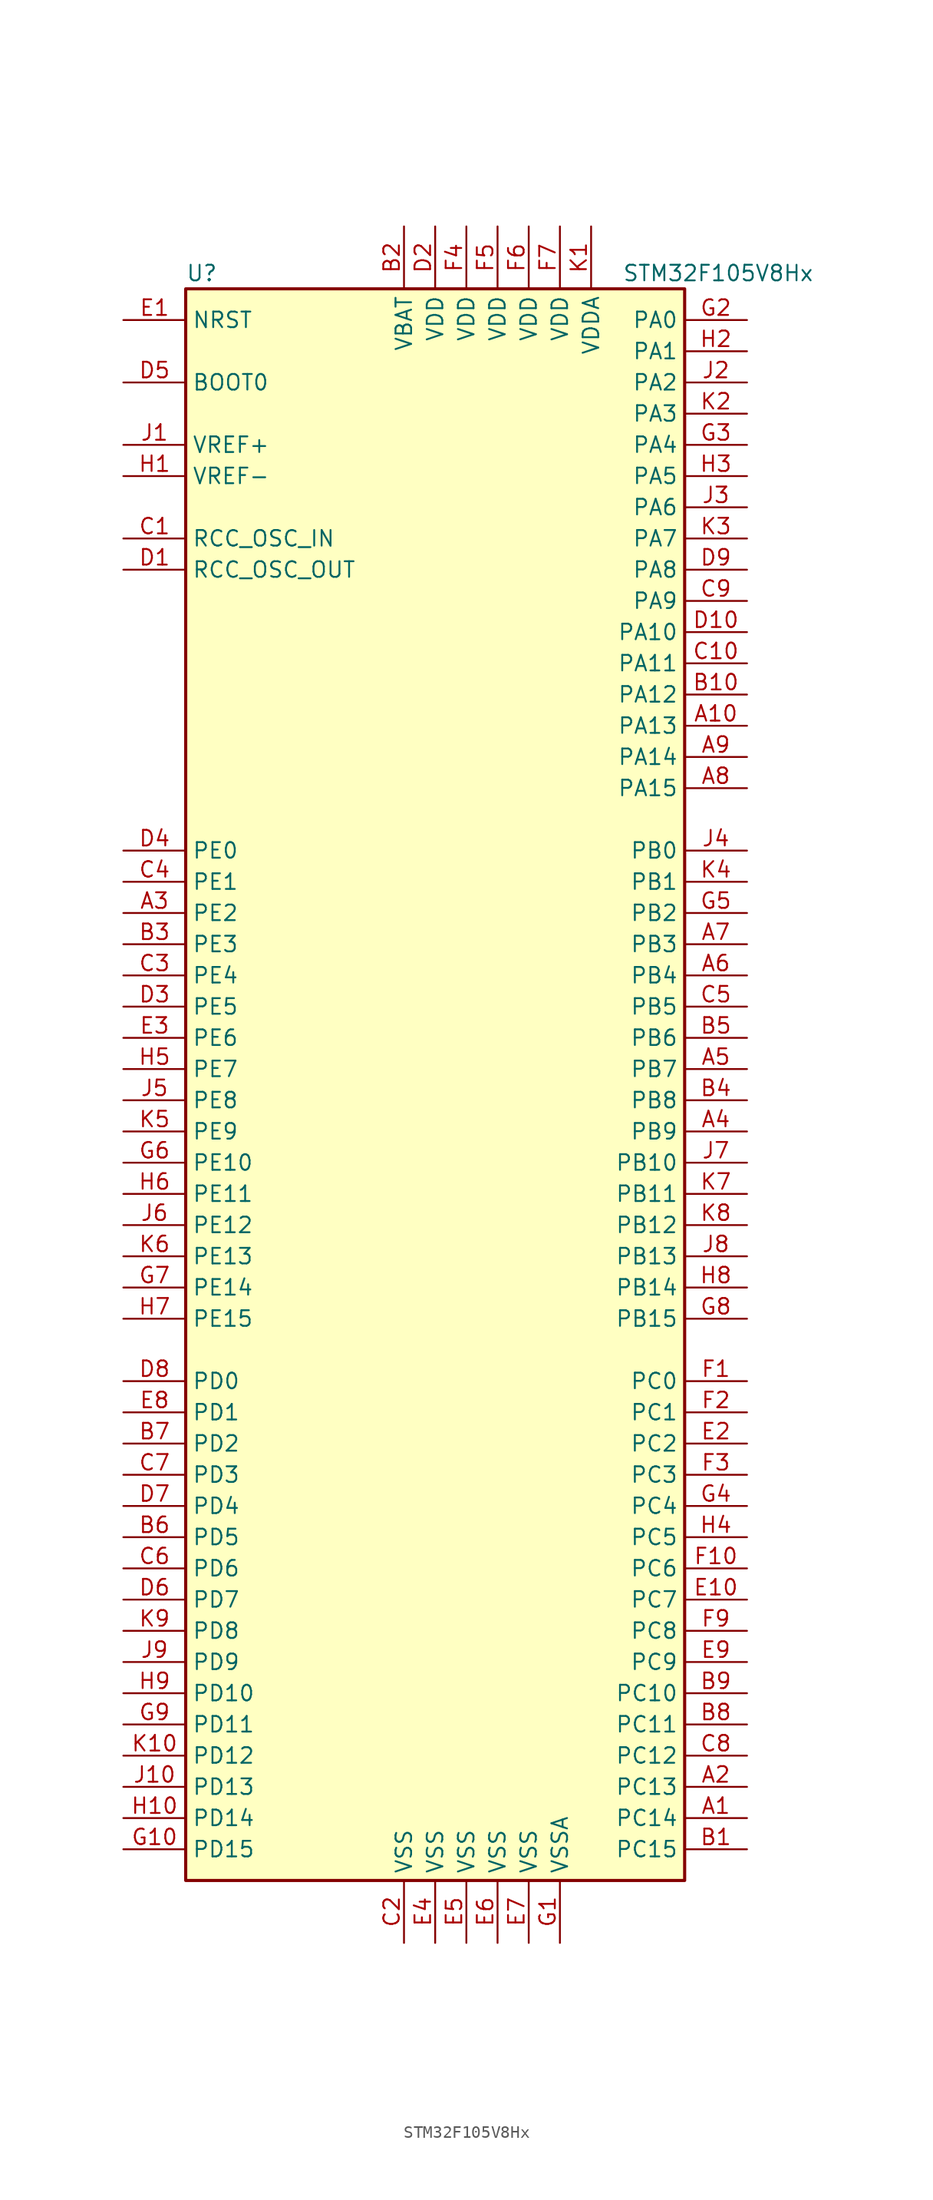
<source format=kicad_sym>
(kicad_symbol_lib
  (version 20201005)
  (generator kicad_symbol_editor)
  (symbol "STM32F105V8Hx"
    (property "Reference" "U"
      (at -20.32 64.77 0)
      (effects (font (size 1.27 1.27)) (justify left)))
    (property "Value" "STM32F105V8Hx"
      (at 15.24 64.77 0)
      (effects (font (size 1.27 1.27)) (justify left)))
    (symbol "STM32F105V8Hx_0_1"
      (rectangle (start -20.32 -66.04) (end 20.32 63.5) (stroke (width 0.254)) (fill (type background))))
    (symbol "STM32F105V8Hx_1_1"
      (pin bidirectional line (at 25.4 -60.96 180) (length 5.08) (name "PC14" (effects (font (size 1.27 1.27)))) (number "A1" (effects (font (size 1.27 1.27)))))
      (pin bidirectional line (at 25.4 27.94 180) (length 5.08) (name "PA13" (effects (font (size 1.27 1.27)))) (number "A10" (effects (font (size 1.27 1.27)))))
      (pin bidirectional line (at 25.4 -58.42 180) (length 5.08) (name "PC13" (effects (font (size 1.27 1.27)))) (number "A2" (effects (font (size 1.27 1.27)))))
      (pin bidirectional line (at -25.4 12.7 0) (length 5.08) (name "PE2" (effects (font (size 1.27 1.27)))) (number "A3" (effects (font (size 1.27 1.27)))))
      (pin bidirectional line (at 25.4 -5.08 180) (length 5.08) (name "PB9" (effects (font (size 1.27 1.27)))) (number "A4" (effects (font (size 1.27 1.27)))))
      (pin bidirectional line (at 25.4 0 180) (length 5.08) (name "PB7" (effects (font (size 1.27 1.27)))) (number "A5" (effects (font (size 1.27 1.27)))))
      (pin bidirectional line (at 25.4 7.62 180) (length 5.08) (name "PB4" (effects (font (size 1.27 1.27)))) (number "A6" (effects (font (size 1.27 1.27)))))
      (pin bidirectional line (at 25.4 10.16 180) (length 5.08) (name "PB3" (effects (font (size 1.27 1.27)))) (number "A7" (effects (font (size 1.27 1.27)))))
      (pin bidirectional line (at 25.4 22.86 180) (length 5.08) (name "PA15" (effects (font (size 1.27 1.27)))) (number "A8" (effects (font (size 1.27 1.27)))))
      (pin bidirectional line (at 25.4 25.4 180) (length 5.08) (name "PA14" (effects (font (size 1.27 1.27)))) (number "A9" (effects (font (size 1.27 1.27)))))
      (pin bidirectional line (at 25.4 -63.5 180) (length 5.08) (name "PC15" (effects (font (size 1.27 1.27)))) (number "B1" (effects (font (size 1.27 1.27)))))
      (pin bidirectional line (at 25.4 30.48 180) (length 5.08) (name "PA12" (effects (font (size 1.27 1.27)))) (number "B10" (effects (font (size 1.27 1.27)))))
      (pin power_in line (at -2.54 68.58 270) (length 5.08) (name "VBAT" (effects (font (size 1.27 1.27)))) (number "B2" (effects (font (size 1.27 1.27)))))
      (pin bidirectional line (at -25.4 10.16 0) (length 5.08) (name "PE3" (effects (font (size 1.27 1.27)))) (number "B3" (effects (font (size 1.27 1.27)))))
      (pin bidirectional line (at 25.4 -2.54 180) (length 5.08) (name "PB8" (effects (font (size 1.27 1.27)))) (number "B4" (effects (font (size 1.27 1.27)))))
      (pin bidirectional line (at 25.4 2.54 180) (length 5.08) (name "PB6" (effects (font (size 1.27 1.27)))) (number "B5" (effects (font (size 1.27 1.27)))))
      (pin bidirectional line (at -25.4 -38.1 0) (length 5.08) (name "PD5" (effects (font (size 1.27 1.27)))) (number "B6" (effects (font (size 1.27 1.27)))))
      (pin bidirectional line (at -25.4 -30.48 0) (length 5.08) (name "PD2" (effects (font (size 1.27 1.27)))) (number "B7" (effects (font (size 1.27 1.27)))))
      (pin bidirectional line (at 25.4 -53.34 180) (length 5.08) (name "PC11" (effects (font (size 1.27 1.27)))) (number "B8" (effects (font (size 1.27 1.27)))))
      (pin bidirectional line (at 25.4 -50.8 180) (length 5.08) (name "PC10" (effects (font (size 1.27 1.27)))) (number "B9" (effects (font (size 1.27 1.27)))))
      (pin input line (at -25.4 43.18 0) (length 5.08) (name "RCC_OSC_IN" (effects (font (size 1.27 1.27)))) (number "C1" (effects (font (size 1.27 1.27)))))
      (pin bidirectional line (at 25.4 33.02 180) (length 5.08) (name "PA11" (effects (font (size 1.27 1.27)))) (number "C10" (effects (font (size 1.27 1.27)))))
      (pin power_in line (at -2.54 -71.12 90) (length 5.08) (name "VSS" (effects (font (size 1.27 1.27)))) (number "C2" (effects (font (size 1.27 1.27)))))
      (pin bidirectional line (at -25.4 7.62 0) (length 5.08) (name "PE4" (effects (font (size 1.27 1.27)))) (number "C3" (effects (font (size 1.27 1.27)))))
      (pin bidirectional line (at -25.4 15.24 0) (length 5.08) (name "PE1" (effects (font (size 1.27 1.27)))) (number "C4" (effects (font (size 1.27 1.27)))))
      (pin bidirectional line (at 25.4 5.08 180) (length 5.08) (name "PB5" (effects (font (size 1.27 1.27)))) (number "C5" (effects (font (size 1.27 1.27)))))
      (pin bidirectional line (at -25.4 -40.64 0) (length 5.08) (name "PD6" (effects (font (size 1.27 1.27)))) (number "C6" (effects (font (size 1.27 1.27)))))
      (pin bidirectional line (at -25.4 -33.02 0) (length 5.08) (name "PD3" (effects (font (size 1.27 1.27)))) (number "C7" (effects (font (size 1.27 1.27)))))
      (pin bidirectional line (at 25.4 -55.88 180) (length 5.08) (name "PC12" (effects (font (size 1.27 1.27)))) (number "C8" (effects (font (size 1.27 1.27)))))
      (pin bidirectional line (at 25.4 38.1 180) (length 5.08) (name "PA9" (effects (font (size 1.27 1.27)))) (number "C9" (effects (font (size 1.27 1.27)))))
      (pin input line (at -25.4 40.64 0) (length 5.08) (name "RCC_OSC_OUT" (effects (font (size 1.27 1.27)))) (number "D1" (effects (font (size 1.27 1.27)))))
      (pin bidirectional line (at 25.4 35.56 180) (length 5.08) (name "PA10" (effects (font (size 1.27 1.27)))) (number "D10" (effects (font (size 1.27 1.27)))))
      (pin power_in line (at 0 68.58 270) (length 5.08) (name "VDD" (effects (font (size 1.27 1.27)))) (number "D2" (effects (font (size 1.27 1.27)))))
      (pin bidirectional line (at -25.4 5.08 0) (length 5.08) (name "PE5" (effects (font (size 1.27 1.27)))) (number "D3" (effects (font (size 1.27 1.27)))))
      (pin bidirectional line (at -25.4 17.78 0) (length 5.08) (name "PE0" (effects (font (size 1.27 1.27)))) (number "D4" (effects (font (size 1.27 1.27)))))
      (pin input line (at -25.4 55.88 0) (length 5.08) (name "BOOT0" (effects (font (size 1.27 1.27)))) (number "D5" (effects (font (size 1.27 1.27)))))
      (pin bidirectional line (at -25.4 -43.18 0) (length 5.08) (name "PD7" (effects (font (size 1.27 1.27)))) (number "D6" (effects (font (size 1.27 1.27)))))
      (pin bidirectional line (at -25.4 -35.56 0) (length 5.08) (name "PD4" (effects (font (size 1.27 1.27)))) (number "D7" (effects (font (size 1.27 1.27)))))
      (pin bidirectional line (at -25.4 -25.4 0) (length 5.08) (name "PD0" (effects (font (size 1.27 1.27)))) (number "D8" (effects (font (size 1.27 1.27)))))
      (pin bidirectional line (at 25.4 40.64 180) (length 5.08) (name "PA8" (effects (font (size 1.27 1.27)))) (number "D9" (effects (font (size 1.27 1.27)))))
      (pin input line (at -25.4 60.96 0) (length 5.08) (name "NRST" (effects (font (size 1.27 1.27)))) (number "E1" (effects (font (size 1.27 1.27)))))
      (pin bidirectional line (at 25.4 -43.18 180) (length 5.08) (name "PC7" (effects (font (size 1.27 1.27)))) (number "E10" (effects (font (size 1.27 1.27)))))
      (pin bidirectional line (at 25.4 -30.48 180) (length 5.08) (name "PC2" (effects (font (size 1.27 1.27)))) (number "E2" (effects (font (size 1.27 1.27)))))
      (pin bidirectional line (at -25.4 2.54 0) (length 5.08) (name "PE6" (effects (font (size 1.27 1.27)))) (number "E3" (effects (font (size 1.27 1.27)))))
      (pin power_in line (at 0 -71.12 90) (length 5.08) (name "VSS" (effects (font (size 1.27 1.27)))) (number "E4" (effects (font (size 1.27 1.27)))))
      (pin power_in line (at 2.54 -71.12 90) (length 5.08) (name "VSS" (effects (font (size 1.27 1.27)))) (number "E5" (effects (font (size 1.27 1.27)))))
      (pin power_in line (at 5.08 -71.12 90) (length 5.08) (name "VSS" (effects (font (size 1.27 1.27)))) (number "E6" (effects (font (size 1.27 1.27)))))
      (pin power_in line (at 7.62 -71.12 90) (length 5.08) (name "VSS" (effects (font (size 1.27 1.27)))) (number "E7" (effects (font (size 1.27 1.27)))))
      (pin bidirectional line (at -25.4 -27.94 0) (length 5.08) (name "PD1" (effects (font (size 1.27 1.27)))) (number "E8" (effects (font (size 1.27 1.27)))))
      (pin bidirectional line (at 25.4 -48.26 180) (length 5.08) (name "PC9" (effects (font (size 1.27 1.27)))) (number "E9" (effects (font (size 1.27 1.27)))))
      (pin bidirectional line (at 25.4 -25.4 180) (length 5.08) (name "PC0" (effects (font (size 1.27 1.27)))) (number "F1" (effects (font (size 1.27 1.27)))))
      (pin bidirectional line (at 25.4 -40.64 180) (length 5.08) (name "PC6" (effects (font (size 1.27 1.27)))) (number "F10" (effects (font (size 1.27 1.27)))))
      (pin bidirectional line (at 25.4 -27.94 180) (length 5.08) (name "PC1" (effects (font (size 1.27 1.27)))) (number "F2" (effects (font (size 1.27 1.27)))))
      (pin bidirectional line (at 25.4 -33.02 180) (length 5.08) (name "PC3" (effects (font (size 1.27 1.27)))) (number "F3" (effects (font (size 1.27 1.27)))))
      (pin power_in line (at 2.54 68.58 270) (length 5.08) (name "VDD" (effects (font (size 1.27 1.27)))) (number "F4" (effects (font (size 1.27 1.27)))))
      (pin power_in line (at 5.08 68.58 270) (length 5.08) (name "VDD" (effects (font (size 1.27 1.27)))) (number "F5" (effects (font (size 1.27 1.27)))))
      (pin power_in line (at 7.62 68.58 270) (length 5.08) (name "VDD" (effects (font (size 1.27 1.27)))) (number "F6" (effects (font (size 1.27 1.27)))))
      (pin power_in line (at 10.16 68.58 270) (length 5.08) (name "VDD" (effects (font (size 1.27 1.27)))) (number "F7" (effects (font (size 1.27 1.27)))))
      (pin no_connect line (at -20.32 -63.5 0) (length 5.08) hide (name "NC" (effects (font (size 1.27 1.27)))) (number "F8" (effects (font (size 1.27 1.27)))))
      (pin bidirectional line (at 25.4 -45.72 180) (length 5.08) (name "PC8" (effects (font (size 1.27 1.27)))) (number "F9" (effects (font (size 1.27 1.27)))))
      (pin power_in line (at 10.16 -71.12 90) (length 5.08) (name "VSSA" (effects (font (size 1.27 1.27)))) (number "G1" (effects (font (size 1.27 1.27)))))
      (pin bidirectional line (at -25.4 -63.5 0) (length 5.08) (name "PD15" (effects (font (size 1.27 1.27)))) (number "G10" (effects (font (size 1.27 1.27)))))
      (pin bidirectional line (at 25.4 60.96 180) (length 5.08) (name "PA0" (effects (font (size 1.27 1.27)))) (number "G2" (effects (font (size 1.27 1.27)))))
      (pin bidirectional line (at 25.4 50.8 180) (length 5.08) (name "PA4" (effects (font (size 1.27 1.27)))) (number "G3" (effects (font (size 1.27 1.27)))))
      (pin bidirectional line (at 25.4 -35.56 180) (length 5.08) (name "PC4" (effects (font (size 1.27 1.27)))) (number "G4" (effects (font (size 1.27 1.27)))))
      (pin bidirectional line (at 25.4 12.7 180) (length 5.08) (name "PB2" (effects (font (size 1.27 1.27)))) (number "G5" (effects (font (size 1.27 1.27)))))
      (pin bidirectional line (at -25.4 -7.62 0) (length 5.08) (name "PE10" (effects (font (size 1.27 1.27)))) (number "G6" (effects (font (size 1.27 1.27)))))
      (pin bidirectional line (at -25.4 -17.78 0) (length 5.08) (name "PE14" (effects (font (size 1.27 1.27)))) (number "G7" (effects (font (size 1.27 1.27)))))
      (pin bidirectional line (at 25.4 -20.32 180) (length 5.08) (name "PB15" (effects (font (size 1.27 1.27)))) (number "G8" (effects (font (size 1.27 1.27)))))
      (pin bidirectional line (at -25.4 -53.34 0) (length 5.08) (name "PD11" (effects (font (size 1.27 1.27)))) (number "G9" (effects (font (size 1.27 1.27)))))
      (pin power_in line (at -25.4 48.26 0) (length 5.08) (name "VREF-" (effects (font (size 1.27 1.27)))) (number "H1" (effects (font (size 1.27 1.27)))))
      (pin bidirectional line (at -25.4 -60.96 0) (length 5.08) (name "PD14" (effects (font (size 1.27 1.27)))) (number "H10" (effects (font (size 1.27 1.27)))))
      (pin bidirectional line (at 25.4 58.42 180) (length 5.08) (name "PA1" (effects (font (size 1.27 1.27)))) (number "H2" (effects (font (size 1.27 1.27)))))
      (pin bidirectional line (at 25.4 48.26 180) (length 5.08) (name "PA5" (effects (font (size 1.27 1.27)))) (number "H3" (effects (font (size 1.27 1.27)))))
      (pin bidirectional line (at 25.4 -38.1 180) (length 5.08) (name "PC5" (effects (font (size 1.27 1.27)))) (number "H4" (effects (font (size 1.27 1.27)))))
      (pin bidirectional line (at -25.4 0 0) (length 5.08) (name "PE7" (effects (font (size 1.27 1.27)))) (number "H5" (effects (font (size 1.27 1.27)))))
      (pin bidirectional line (at -25.4 -10.16 0) (length 5.08) (name "PE11" (effects (font (size 1.27 1.27)))) (number "H6" (effects (font (size 1.27 1.27)))))
      (pin bidirectional line (at -25.4 -20.32 0) (length 5.08) (name "PE15" (effects (font (size 1.27 1.27)))) (number "H7" (effects (font (size 1.27 1.27)))))
      (pin bidirectional line (at 25.4 -17.78 180) (length 5.08) (name "PB14" (effects (font (size 1.27 1.27)))) (number "H8" (effects (font (size 1.27 1.27)))))
      (pin bidirectional line (at -25.4 -50.8 0) (length 5.08) (name "PD10" (effects (font (size 1.27 1.27)))) (number "H9" (effects (font (size 1.27 1.27)))))
      (pin power_in line (at -25.4 50.8 0) (length 5.08) (name "VREF+" (effects (font (size 1.27 1.27)))) (number "J1" (effects (font (size 1.27 1.27)))))
      (pin bidirectional line (at -25.4 -58.42 0) (length 5.08) (name "PD13" (effects (font (size 1.27 1.27)))) (number "J10" (effects (font (size 1.27 1.27)))))
      (pin bidirectional line (at 25.4 55.88 180) (length 5.08) (name "PA2" (effects (font (size 1.27 1.27)))) (number "J2" (effects (font (size 1.27 1.27)))))
      (pin bidirectional line (at 25.4 45.72 180) (length 5.08) (name "PA6" (effects (font (size 1.27 1.27)))) (number "J3" (effects (font (size 1.27 1.27)))))
      (pin bidirectional line (at 25.4 17.78 180) (length 5.08) (name "PB0" (effects (font (size 1.27 1.27)))) (number "J4" (effects (font (size 1.27 1.27)))))
      (pin bidirectional line (at -25.4 -2.54 0) (length 5.08) (name "PE8" (effects (font (size 1.27 1.27)))) (number "J5" (effects (font (size 1.27 1.27)))))
      (pin bidirectional line (at -25.4 -12.7 0) (length 5.08) (name "PE12" (effects (font (size 1.27 1.27)))) (number "J6" (effects (font (size 1.27 1.27)))))
      (pin bidirectional line (at 25.4 -7.62 180) (length 5.08) (name "PB10" (effects (font (size 1.27 1.27)))) (number "J7" (effects (font (size 1.27 1.27)))))
      (pin bidirectional line (at 25.4 -15.24 180) (length 5.08) (name "PB13" (effects (font (size 1.27 1.27)))) (number "J8" (effects (font (size 1.27 1.27)))))
      (pin bidirectional line (at -25.4 -48.26 0) (length 5.08) (name "PD9" (effects (font (size 1.27 1.27)))) (number "J9" (effects (font (size 1.27 1.27)))))
      (pin power_in line (at 12.7 68.58 270) (length 5.08) (name "VDDA" (effects (font (size 1.27 1.27)))) (number "K1" (effects (font (size 1.27 1.27)))))
      (pin bidirectional line (at -25.4 -55.88 0) (length 5.08) (name "PD12" (effects (font (size 1.27 1.27)))) (number "K10" (effects (font (size 1.27 1.27)))))
      (pin bidirectional line (at 25.4 53.34 180) (length 5.08) (name "PA3" (effects (font (size 1.27 1.27)))) (number "K2" (effects (font (size 1.27 1.27)))))
      (pin bidirectional line (at 25.4 43.18 180) (length 5.08) (name "PA7" (effects (font (size 1.27 1.27)))) (number "K3" (effects (font (size 1.27 1.27)))))
      (pin bidirectional line (at 25.4 15.24 180) (length 5.08) (name "PB1" (effects (font (size 1.27 1.27)))) (number "K4" (effects (font (size 1.27 1.27)))))
      (pin bidirectional line (at -25.4 -5.08 0) (length 5.08) (name "PE9" (effects (font (size 1.27 1.27)))) (number "K5" (effects (font (size 1.27 1.27)))))
      (pin bidirectional line (at -25.4 -15.24 0) (length 5.08) (name "PE13" (effects (font (size 1.27 1.27)))) (number "K6" (effects (font (size 1.27 1.27)))))
      (pin bidirectional line (at 25.4 -10.16 180) (length 5.08) (name "PB11" (effects (font (size 1.27 1.27)))) (number "K7" (effects (font (size 1.27 1.27)))))
      (pin bidirectional line (at 25.4 -12.7 180) (length 5.08) (name "PB12" (effects (font (size 1.27 1.27)))) (number "K8" (effects (font (size 1.27 1.27)))))
      (pin bidirectional line (at -25.4 -45.72 0) (length 5.08) (name "PD8" (effects (font (size 1.27 1.27)))) (number "K9" (effects (font (size 1.27 1.27))))))))
</source>
